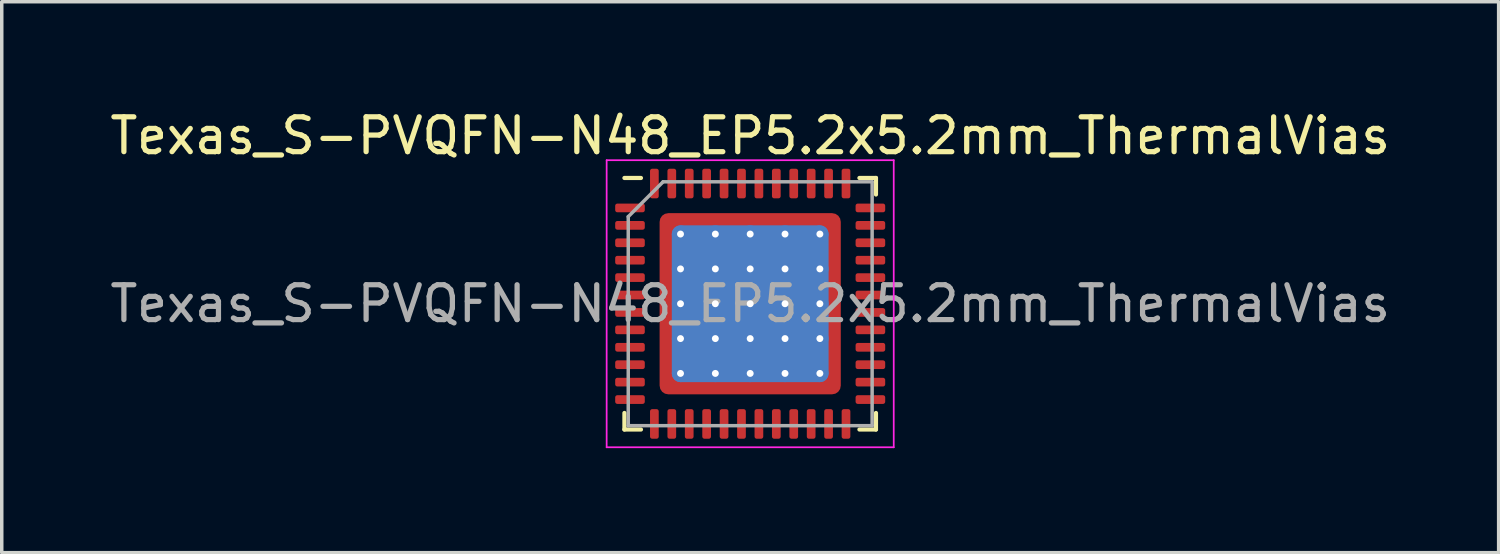
<source format=kicad_pcb>
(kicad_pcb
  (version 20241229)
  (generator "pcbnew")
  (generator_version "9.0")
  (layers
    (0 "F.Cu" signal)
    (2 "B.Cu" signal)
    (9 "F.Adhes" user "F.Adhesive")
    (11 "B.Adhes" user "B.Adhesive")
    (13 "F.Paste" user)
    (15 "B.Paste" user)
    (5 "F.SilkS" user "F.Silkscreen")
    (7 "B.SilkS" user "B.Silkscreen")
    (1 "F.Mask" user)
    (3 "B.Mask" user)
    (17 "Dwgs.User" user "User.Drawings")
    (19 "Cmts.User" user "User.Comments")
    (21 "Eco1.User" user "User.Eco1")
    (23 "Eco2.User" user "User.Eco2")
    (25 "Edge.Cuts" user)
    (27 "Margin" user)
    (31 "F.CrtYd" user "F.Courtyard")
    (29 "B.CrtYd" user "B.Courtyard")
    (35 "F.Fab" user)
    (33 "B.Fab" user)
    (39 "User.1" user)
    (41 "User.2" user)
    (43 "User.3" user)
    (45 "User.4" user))
  (footprint "Texas_S-PVQFN-N48_EP5.2x5.2mm_ThermalVias"
    (layer "F.Cu")
    (at 18.482 5.668)
    (property "Reference" "Texas_S-PVQFN-N48_EP5.2x5.2mm_ThermalVias" (at 0 -4.82 0) (layer "F.SilkS") (effects (font (size 1 1) (thickness 0.15))))
    (attr smd)
    (fp_line (start -3.61 3.61) (end -3.61 3.135) (stroke (width 0.12) (type solid)) (layer "F.SilkS"))
    (fp_line (start -3.135 -3.61) (end -3.61 -3.61) (stroke (width 0.12) (type solid)) (layer "F.SilkS"))
    (fp_line (start -3.135 3.61) (end -3.61 3.61) (stroke (width 0.12) (type solid)) (layer "F.SilkS"))
    (fp_line (start 3.135 -3.61) (end 3.61 -3.61) (stroke (width 0.12) (type solid)) (layer "F.SilkS"))
    (fp_line (start 3.135 3.61) (end 3.61 3.61) (stroke (width 0.12) (type solid)) (layer "F.SilkS"))
    (fp_line (start 3.61 -3.61) (end 3.61 -3.135) (stroke (width 0.12) (type solid)) (layer "F.SilkS"))
    (fp_line (start 3.61 3.61) (end 3.61 3.135) (stroke (width 0.12) (type solid)) (layer "F.SilkS"))
    (fp_line (start -4.12 -4.12) (end -4.12 4.12) (stroke (width 0.05) (type solid)) (layer "F.CrtYd"))
    (fp_line (start -4.12 4.12) (end 4.12 4.12) (stroke (width 0.05) (type solid)) (layer "F.CrtYd"))
    (fp_line (start 4.12 -4.12) (end -4.12 -4.12) (stroke (width 0.05) (type solid)) (layer "F.CrtYd"))
    (fp_line (start 4.12 4.12) (end 4.12 -4.12) (stroke (width 0.05) (type solid)) (layer "F.CrtYd"))
    (fp_line (start -3.5 -2.5) (end -2.5 -3.5) (stroke (width 0.1) (type solid)) (layer "F.Fab"))
    (fp_line (start -3.5 3.5) (end -3.5 -2.5) (stroke (width 0.1) (type solid)) (layer "F.Fab"))
    (fp_line (start -2.5 -3.5) (end 3.5 -3.5) (stroke (width 0.1) (type solid)) (layer "F.Fab"))
    (fp_line (start 3.5 -3.5) (end 3.5 3.5) (stroke (width 0.1) (type solid)) (layer "F.Fab"))
    (fp_line (start 3.5 3.5) (end -3.5 3.5) (stroke (width 0.1) (type solid)) (layer "F.Fab"))
    (fp_text user "${REFERENCE}" (at 0 0 0) (layer "F.Fab") (effects (font (size 1 1) (thickness 0.15))))
    (pad "" smd custom (at -2.3 -2.3) (size 0.366 0.366) (layers "F.Paste") (options (anchor circle)) (primitives (gr_poly (pts (xy -0.242 -0.242) (xy 0.242 -0.242) (xy 0.242 0.075) (xy 0.075 0.242) (xy -0.242 0.242)) (width 0) (fill yes))))
    (pad "" smd custom (at -2.3 -1.5) (size 0.393 0.393) (layers "F.Paste") (options (anchor circle)) (primitives (gr_poly (pts (xy -0.242 -0.403) (xy 0.114 -0.403) (xy 0.242 -0.275) (xy 0.242 0.275) (xy 0.114 0.403) (xy -0.242 0.403)) (width 0) (fill yes))))
    (pad "" smd custom (at -2.3 -0.5) (size 0.393 0.393) (layers "F.Paste") (options (anchor circle)) (primitives (gr_poly (pts (xy -0.242 -0.403) (xy 0.114 -0.403) (xy 0.242 -0.275) (xy 0.242 0.275) (xy 0.114 0.403) (xy -0.242 0.403)) (width 0) (fill yes))))
    (pad "" smd custom (at -2.3 0.5) (size 0.393 0.393) (layers "F.Paste") (options (anchor circle)) (primitives (gr_poly (pts (xy -0.242 -0.403) (xy 0.114 -0.403) (xy 0.242 -0.275) (xy 0.242 0.275) (xy 0.114 0.403) (xy -0.242 0.403)) (width 0) (fill yes))))
    (pad "" smd custom (at -2.3 1.5) (size 0.393 0.393) (layers "F.Paste") (options (anchor circle)) (primitives (gr_poly (pts (xy -0.242 -0.403) (xy 0.114 -0.403) (xy 0.242 -0.275) (xy 0.242 0.275) (xy 0.114 0.403) (xy -0.242 0.403)) (width 0) (fill yes))))
    (pad "" smd custom (at -2.3 2.3) (size 0.366 0.366) (layers "F.Paste") (options (anchor circle)) (primitives (gr_poly (pts (xy -0.242 -0.242) (xy 0.075 -0.242) (xy 0.242 -0.075) (xy 0.242 0.242) (xy -0.242 0.242)) (width 0) (fill yes))))
    (pad "" smd custom (at -1.5 -2.3) (size 0.393 0.393) (layers "F.Paste") (options (anchor circle)) (primitives (gr_poly (pts (xy -0.403 -0.242) (xy 0.403 -0.242) (xy 0.403 0.114) (xy 0.275 0.242) (xy -0.275 0.242) (xy -0.403 0.114)) (width 0) (fill yes))))
    (pad "" smd custom (at -1.5 -1.5) (size 0.743 0.743) (layers "F.Paste") (options (anchor circle)) (primitives (gr_poly (pts (xy -0.403 -0.314) (xy -0.314 -0.403) (xy 0.314 -0.403) (xy 0.403 -0.314) (xy 0.403 0.314) (xy 0.314 0.403) (xy -0.314 0.403) (xy -0.403 0.314)) (width 0) (fill yes))))
    (pad "" smd custom (at -1.5 -0.5) (size 0.743 0.743) (layers "F.Paste") (options (anchor circle)) (primitives (gr_poly (pts (xy -0.403 -0.314) (xy -0.314 -0.403) (xy 0.314 -0.403) (xy 0.403 -0.314) (xy 0.403 0.314) (xy 0.314 0.403) (xy -0.314 0.403) (xy -0.403 0.314)) (width 0) (fill yes))))
    (pad "" smd custom (at -1.5 0.5) (size 0.743 0.743) (layers "F.Paste") (options (anchor circle)) (primitives (gr_poly (pts (xy -0.403 -0.314) (xy -0.314 -0.403) (xy 0.314 -0.403) (xy 0.403 -0.314) (xy 0.403 0.314) (xy 0.314 0.403) (xy -0.314 0.403) (xy -0.403 0.314)) (width 0) (fill yes))))
    (pad "" smd custom (at -1.5 1.5) (size 0.743 0.743) (layers "F.Paste") (options (anchor circle)) (primitives (gr_poly (pts (xy -0.403 -0.314) (xy -0.314 -0.403) (xy 0.314 -0.403) (xy 0.403 -0.314) (xy 0.403 0.314) (xy 0.314 0.403) (xy -0.314 0.403) (xy -0.403 0.314)) (width 0) (fill yes))))
    (pad "" smd custom (at -1.5 2.3) (size 0.393 0.393) (layers "F.Paste") (options (anchor circle)) (primitives (gr_poly (pts (xy -0.403 -0.114) (xy -0.275 -0.242) (xy 0.275 -0.242) (xy 0.403 -0.114) (xy 0.403 0.242) (xy -0.403 0.242)) (width 0) (fill yes))))
    (pad "" smd custom (at -0.5 -2.3) (size 0.393 0.393) (layers "F.Paste") (options (anchor circle)) (primitives (gr_poly (pts (xy -0.403 -0.242) (xy 0.403 -0.242) (xy 0.403 0.114) (xy 0.275 0.242) (xy -0.275 0.242) (xy -0.403 0.114)) (width 0) (fill yes))))
    (pad "" smd custom (at -0.5 -1.5) (size 0.743 0.743) (layers "F.Paste") (options (anchor circle)) (primitives (gr_poly (pts (xy -0.403 -0.314) (xy -0.314 -0.403) (xy 0.314 -0.403) (xy 0.403 -0.314) (xy 0.403 0.314) (xy 0.314 0.403) (xy -0.314 0.403) (xy -0.403 0.314)) (width 0) (fill yes))))
    (pad "" smd custom (at -0.5 -0.5) (size 0.743 0.743) (layers "F.Paste") (options (anchor circle)) (primitives (gr_poly (pts (xy -0.403 -0.314) (xy -0.314 -0.403) (xy 0.314 -0.403) (xy 0.403 -0.314) (xy 0.403 0.314) (xy 0.314 0.403) (xy -0.314 0.403) (xy -0.403 0.314)) (width 0) (fill yes))))
    (pad "" smd custom (at -0.5 0.5) (size 0.743 0.743) (layers "F.Paste") (options (anchor circle)) (primitives (gr_poly (pts (xy -0.403 -0.314) (xy -0.314 -0.403) (xy 0.314 -0.403) (xy 0.403 -0.314) (xy 0.403 0.314) (xy 0.314 0.403) (xy -0.314 0.403) (xy -0.403 0.314)) (width 0) (fill yes))))
    (pad "" smd custom (at -0.5 1.5) (size 0.743 0.743) (layers "F.Paste") (options (anchor circle)) (primitives (gr_poly (pts (xy -0.403 -0.314) (xy -0.314 -0.403) (xy 0.314 -0.403) (xy 0.403 -0.314) (xy 0.403 0.314) (xy 0.314 0.403) (xy -0.314 0.403) (xy -0.403 0.314)) (width 0) (fill yes))))
    (pad "" smd custom (at -0.5 2.3) (size 0.393 0.393) (layers "F.Paste") (options (anchor circle)) (primitives (gr_poly (pts (xy -0.403 -0.114) (xy -0.275 -0.242) (xy 0.275 -0.242) (xy 0.403 -0.114) (xy 0.403 0.242) (xy -0.403 0.242)) (width 0) (fill yes))))
    (pad "" smd custom (at 0.5 -2.3) (size 0.393 0.393) (layers "F.Paste") (options (anchor circle)) (primitives (gr_poly (pts (xy -0.403 -0.242) (xy 0.403 -0.242) (xy 0.403 0.114) (xy 0.275 0.242) (xy -0.275 0.242) (xy -0.403 0.114)) (width 0) (fill yes))))
    (pad "" smd custom (at 0.5 -1.5) (size 0.743 0.743) (layers "F.Paste") (options (anchor circle)) (primitives (gr_poly (pts (xy -0.403 -0.314) (xy -0.314 -0.403) (xy 0.314 -0.403) (xy 0.403 -0.314) (xy 0.403 0.314) (xy 0.314 0.403) (xy -0.314 0.403) (xy -0.403 0.314)) (width 0) (fill yes))))
    (pad "" smd custom (at 0.5 -0.5) (size 0.743 0.743) (layers "F.Paste") (options (anchor circle)) (primitives (gr_poly (pts (xy -0.403 -0.314) (xy -0.314 -0.403) (xy 0.314 -0.403) (xy 0.403 -0.314) (xy 0.403 0.314) (xy 0.314 0.403) (xy -0.314 0.403) (xy -0.403 0.314)) (width 0) (fill yes))))
    (pad "" smd custom (at 0.5 0.5) (size 0.743 0.743) (layers "F.Paste") (options (anchor circle)) (primitives (gr_poly (pts (xy -0.403 -0.314) (xy -0.314 -0.403) (xy 0.314 -0.403) (xy 0.403 -0.314) (xy 0.403 0.314) (xy 0.314 0.403) (xy -0.314 0.403) (xy -0.403 0.314)) (width 0) (fill yes))))
    (pad "" smd custom (at 0.5 1.5) (size 0.743 0.743) (layers "F.Paste") (options (anchor circle)) (primitives (gr_poly (pts (xy -0.403 -0.314) (xy -0.314 -0.403) (xy 0.314 -0.403) (xy 0.403 -0.314) (xy 0.403 0.314) (xy 0.314 0.403) (xy -0.314 0.403) (xy -0.403 0.314)) (width 0) (fill yes))))
    (pad "" smd custom (at 0.5 2.3) (size 0.393 0.393) (layers "F.Paste") (options (anchor circle)) (primitives (gr_poly (pts (xy -0.403 -0.114) (xy -0.275 -0.242) (xy 0.275 -0.242) (xy 0.403 -0.114) (xy 0.403 0.242) (xy -0.403 0.242)) (width 0) (fill yes))))
    (pad "" smd custom (at 1.5 -2.3) (size 0.393 0.393) (layers "F.Paste") (options (anchor circle)) (primitives (gr_poly (pts (xy -0.403 -0.242) (xy 0.403 -0.242) (xy 0.403 0.114) (xy 0.275 0.242) (xy -0.275 0.242) (xy -0.403 0.114)) (width 0) (fill yes))))
    (pad "" smd custom (at 1.5 -1.5) (size 0.743 0.743) (layers "F.Paste") (options (anchor circle)) (primitives (gr_poly (pts (xy -0.403 -0.314) (xy -0.314 -0.403) (xy 0.314 -0.403) (xy 0.403 -0.314) (xy 0.403 0.314) (xy 0.314 0.403) (xy -0.314 0.403) (xy -0.403 0.314)) (width 0) (fill yes))))
    (pad "" smd custom (at 1.5 -0.5) (size 0.743 0.743) (layers "F.Paste") (options (anchor circle)) (primitives (gr_poly (pts (xy -0.403 -0.314) (xy -0.314 -0.403) (xy 0.314 -0.403) (xy 0.403 -0.314) (xy 0.403 0.314) (xy 0.314 0.403) (xy -0.314 0.403) (xy -0.403 0.314)) (width 0) (fill yes))))
    (pad "" smd custom (at 1.5 0.5) (size 0.743 0.743) (layers "F.Paste") (options (anchor circle)) (primitives (gr_poly (pts (xy -0.403 -0.314) (xy -0.314 -0.403) (xy 0.314 -0.403) (xy 0.403 -0.314) (xy 0.403 0.314) (xy 0.314 0.403) (xy -0.314 0.403) (xy -0.403 0.314)) (width 0) (fill yes))))
    (pad "" smd custom (at 1.5 1.5) (size 0.743 0.743) (layers "F.Paste") (options (anchor circle)) (primitives (gr_poly (pts (xy -0.403 -0.314) (xy -0.314 -0.403) (xy 0.314 -0.403) (xy 0.403 -0.314) (xy 0.403 0.314) (xy 0.314 0.403) (xy -0.314 0.403) (xy -0.403 0.314)) (width 0) (fill yes))))
    (pad "" smd custom (at 1.5 2.3) (size 0.393 0.393) (layers "F.Paste") (options (anchor circle)) (primitives (gr_poly (pts (xy -0.403 -0.114) (xy -0.275 -0.242) (xy 0.275 -0.242) (xy 0.403 -0.114) (xy 0.403 0.242) (xy -0.403 0.242)) (width 0) (fill yes))))
    (pad "" smd custom (at 2.3 -2.3) (size 0.366 0.366) (layers "F.Paste") (options (anchor circle)) (primitives (gr_poly (pts (xy -0.242 -0.242) (xy 0.242 -0.242) (xy 0.242 0.242) (xy -0.075 0.242) (xy -0.242 0.075)) (width 0) (fill yes))))
    (pad "" smd custom (at 2.3 -1.5) (size 0.393 0.393) (layers "F.Paste") (options (anchor circle)) (primitives (gr_poly (pts (xy -0.242 -0.275) (xy -0.114 -0.403) (xy 0.242 -0.403) (xy 0.242 0.403) (xy -0.114 0.403) (xy -0.242 0.275)) (width 0) (fill yes))))
    (pad "" smd custom (at 2.3 -0.5) (size 0.393 0.393) (layers "F.Paste") (options (anchor circle)) (primitives (gr_poly (pts (xy -0.242 -0.275) (xy -0.114 -0.403) (xy 0.242 -0.403) (xy 0.242 0.403) (xy -0.114 0.403) (xy -0.242 0.275)) (width 0) (fill yes))))
    (pad "" smd custom (at 2.3 0.5) (size 0.393 0.393) (layers "F.Paste") (options (anchor circle)) (primitives (gr_poly (pts (xy -0.242 -0.275) (xy -0.114 -0.403) (xy 0.242 -0.403) (xy 0.242 0.403) (xy -0.114 0.403) (xy -0.242 0.275)) (width 0) (fill yes))))
    (pad "" smd custom (at 2.3 1.5) (size 0.393 0.393) (layers "F.Paste") (options (anchor circle)) (primitives (gr_poly (pts (xy -0.242 -0.275) (xy -0.114 -0.403) (xy 0.242 -0.403) (xy 0.242 0.403) (xy -0.114 0.403) (xy -0.242 0.275)) (width 0) (fill yes))))
    (pad "" smd custom (at 2.3 2.3) (size 0.366 0.366) (layers "F.Paste") (options (anchor circle)) (primitives (gr_poly (pts (xy -0.242 -0.075) (xy -0.075 -0.242) (xy 0.242 -0.242) (xy 0.242 0.242) (xy -0.242 0.242)) (width 0) (fill yes))))
    (pad "1" smd roundrect (at -3.45 -2.75) (size 0.85 0.25) (layers "F.Cu" "F.Mask" "F.Paste") (roundrect_rratio 0.25))
    (pad "2" smd roundrect (at -3.45 -2.25) (size 0.85 0.25) (layers "F.Cu" "F.Mask" "F.Paste") (roundrect_rratio 0.25))
    (pad "3" smd roundrect (at -3.45 -1.75) (size 0.85 0.25) (layers "F.Cu" "F.Mask" "F.Paste") (roundrect_rratio 0.25))
    (pad "4" smd roundrect (at -3.45 -1.25) (size 0.85 0.25) (layers "F.Cu" "F.Mask" "F.Paste") (roundrect_rratio 0.25))
    (pad "5" smd roundrect (at -3.45 -0.75) (size 0.85 0.25) (layers "F.Cu" "F.Mask" "F.Paste") (roundrect_rratio 0.25))
    (pad "6" smd roundrect (at -3.45 -0.25) (size 0.85 0.25) (layers "F.Cu" "F.Mask" "F.Paste") (roundrect_rratio 0.25))
    (pad "7" smd roundrect (at -3.45 0.25) (size 0.85 0.25) (layers "F.Cu" "F.Mask" "F.Paste") (roundrect_rratio 0.25))
    (pad "8" smd roundrect (at -3.45 0.75) (size 0.85 0.25) (layers "F.Cu" "F.Mask" "F.Paste") (roundrect_rratio 0.25))
    (pad "9" smd roundrect (at -3.45 1.25) (size 0.85 0.25) (layers "F.Cu" "F.Mask" "F.Paste") (roundrect_rratio 0.25))
    (pad "10" smd roundrect (at -3.45 1.75) (size 0.85 0.25) (layers "F.Cu" "F.Mask" "F.Paste") (roundrect_rratio 0.25))
    (pad "11" smd roundrect (at -3.45 2.25) (size 0.85 0.25) (layers "F.Cu" "F.Mask" "F.Paste") (roundrect_rratio 0.25))
    (pad "12" smd roundrect (at -3.45 2.75) (size 0.85 0.25) (layers "F.Cu" "F.Mask" "F.Paste") (roundrect_rratio 0.25))
    (pad "13" smd roundrect (at -2.75 3.45) (size 0.25 0.85) (layers "F.Cu" "F.Mask" "F.Paste") (roundrect_rratio 0.25))
    (pad "14" smd roundrect (at -2.25 3.45) (size 0.25 0.85) (layers "F.Cu" "F.Mask" "F.Paste") (roundrect_rratio 0.25))
    (pad "15" smd roundrect (at -1.75 3.45) (size 0.25 0.85) (layers "F.Cu" "F.Mask" "F.Paste") (roundrect_rratio 0.25))
    (pad "16" smd roundrect (at -1.25 3.45) (size 0.25 0.85) (layers "F.Cu" "F.Mask" "F.Paste") (roundrect_rratio 0.25))
    (pad "17" smd roundrect (at -0.75 3.45) (size 0.25 0.85) (layers "F.Cu" "F.Mask" "F.Paste") (roundrect_rratio 0.25))
    (pad "18" smd roundrect (at -0.25 3.45) (size 0.25 0.85) (layers "F.Cu" "F.Mask" "F.Paste") (roundrect_rratio 0.25))
    (pad "19" smd roundrect (at 0.25 3.45) (size 0.25 0.85) (layers "F.Cu" "F.Mask" "F.Paste") (roundrect_rratio 0.25))
    (pad "20" smd roundrect (at 0.75 3.45) (size 0.25 0.85) (layers "F.Cu" "F.Mask" "F.Paste") (roundrect_rratio 0.25))
    (pad "21" smd roundrect (at 1.25 3.45) (size 0.25 0.85) (layers "F.Cu" "F.Mask" "F.Paste") (roundrect_rratio 0.25))
    (pad "22" smd roundrect (at 1.75 3.45) (size 0.25 0.85) (layers "F.Cu" "F.Mask" "F.Paste") (roundrect_rratio 0.25))
    (pad "23" smd roundrect (at 2.25 3.45) (size 0.25 0.85) (layers "F.Cu" "F.Mask" "F.Paste") (roundrect_rratio 0.25))
    (pad "24" smd roundrect (at 2.75 3.45) (size 0.25 0.85) (layers "F.Cu" "F.Mask" "F.Paste") (roundrect_rratio 0.25))
    (pad "25" smd roundrect (at 3.45 2.75) (size 0.85 0.25) (layers "F.Cu" "F.Mask" "F.Paste") (roundrect_rratio 0.25))
    (pad "26" smd roundrect (at 3.45 2.25) (size 0.85 0.25) (layers "F.Cu" "F.Mask" "F.Paste") (roundrect_rratio 0.25))
    (pad "27" smd roundrect (at 3.45 1.75) (size 0.85 0.25) (layers "F.Cu" "F.Mask" "F.Paste") (roundrect_rratio 0.25))
    (pad "28" smd roundrect (at 3.45 1.25) (size 0.85 0.25) (layers "F.Cu" "F.Mask" "F.Paste") (roundrect_rratio 0.25))
    (pad "29" smd roundrect (at 3.45 0.75) (size 0.85 0.25) (layers "F.Cu" "F.Mask" "F.Paste") (roundrect_rratio 0.25))
    (pad "30" smd roundrect (at 3.45 0.25) (size 0.85 0.25) (layers "F.Cu" "F.Mask" "F.Paste") (roundrect_rratio 0.25))
    (pad "31" smd roundrect (at 3.45 -0.25) (size 0.85 0.25) (layers "F.Cu" "F.Mask" "F.Paste") (roundrect_rratio 0.25))
    (pad "32" smd roundrect (at 3.45 -0.75) (size 0.85 0.25) (layers "F.Cu" "F.Mask" "F.Paste") (roundrect_rratio 0.25))
    (pad "33" smd roundrect (at 3.45 -1.25) (size 0.85 0.25) (layers "F.Cu" "F.Mask" "F.Paste") (roundrect_rratio 0.25))
    (pad "34" smd roundrect (at 3.45 -1.75) (size 0.85 0.25) (layers "F.Cu" "F.Mask" "F.Paste") (roundrect_rratio 0.25))
    (pad "35" smd roundrect (at 3.45 -2.25) (size 0.85 0.25) (layers "F.Cu" "F.Mask" "F.Paste") (roundrect_rratio 0.25))
    (pad "36" smd roundrect (at 3.45 -2.75) (size 0.85 0.25) (layers "F.Cu" "F.Mask" "F.Paste") (roundrect_rratio 0.25))
    (pad "37" smd roundrect (at 2.75 -3.45) (size 0.25 0.85) (layers "F.Cu" "F.Mask" "F.Paste") (roundrect_rratio 0.25))
    (pad "38" smd roundrect (at 2.25 -3.45) (size 0.25 0.85) (layers "F.Cu" "F.Mask" "F.Paste") (roundrect_rratio 0.25))
    (pad "39" smd roundrect (at 1.75 -3.45) (size 0.25 0.85) (layers "F.Cu" "F.Mask" "F.Paste") (roundrect_rratio 0.25))
    (pad "40" smd roundrect (at 1.25 -3.45) (size 0.25 0.85) (layers "F.Cu" "F.Mask" "F.Paste") (roundrect_rratio 0.25))
    (pad "41" smd roundrect (at 0.75 -3.45) (size 0.25 0.85) (layers "F.Cu" "F.Mask" "F.Paste") (roundrect_rratio 0.25))
    (pad "42" smd roundrect (at 0.25 -3.45) (size 0.25 0.85) (layers "F.Cu" "F.Mask" "F.Paste") (roundrect_rratio 0.25))
    (pad "43" smd roundrect (at -0.25 -3.45) (size 0.25 0.85) (layers "F.Cu" "F.Mask" "F.Paste") (roundrect_rratio 0.25))
    (pad "44" smd roundrect (at -0.75 -3.45) (size 0.25 0.85) (layers "F.Cu" "F.Mask" "F.Paste") (roundrect_rratio 0.25))
    (pad "45" smd roundrect (at -1.25 -3.45) (size 0.25 0.85) (layers "F.Cu" "F.Mask" "F.Paste") (roundrect_rratio 0.25))
    (pad "46" smd roundrect (at -1.75 -3.45) (size 0.25 0.85) (layers "F.Cu" "F.Mask" "F.Paste") (roundrect_rratio 0.25))
    (pad "47" smd roundrect (at -2.25 -3.45) (size 0.25 0.85) (layers "F.Cu" "F.Mask" "F.Paste") (roundrect_rratio 0.25))
    (pad "48" smd roundrect (at -2.75 -3.45) (size 0.25 0.85) (layers "F.Cu" "F.Mask" "F.Paste") (roundrect_rratio 0.25))
    (pad "49" thru_hole circle (at -2 -2) (size 0.5 0.5) (drill 0.2) (layers "*.Cu"))
    (pad "49" thru_hole circle (at -2 -1) (size 0.5 0.5) (drill 0.2) (layers "*.Cu"))
    (pad "49" thru_hole circle (at -2 0) (size 0.5 0.5) (drill 0.2) (layers "*.Cu"))
    (pad "49" thru_hole circle (at -2 1) (size 0.5 0.5) (drill 0.2) (layers "*.Cu"))
    (pad "49" thru_hole circle (at -2 2) (size 0.5 0.5) (drill 0.2) (layers "*.Cu"))
    (pad "49" thru_hole circle (at -1 -2) (size 0.5 0.5) (drill 0.2) (layers "*.Cu"))
    (pad "49" thru_hole circle (at -1 -1) (size 0.5 0.5) (drill 0.2) (layers "*.Cu"))
    (pad "49" thru_hole circle (at -1 0) (size 0.5 0.5) (drill 0.2) (layers "*.Cu"))
    (pad "49" thru_hole circle (at -1 1) (size 0.5 0.5) (drill 0.2) (layers "*.Cu"))
    (pad "49" thru_hole circle (at -1 2) (size 0.5 0.5) (drill 0.2) (layers "*.Cu"))
    (pad "49" thru_hole circle (at 0 -2) (size 0.5 0.5) (drill 0.2) (layers "*.Cu"))
    (pad "49" thru_hole circle (at 0 -1) (size 0.5 0.5) (drill 0.2) (layers "*.Cu"))
    (pad "49" thru_hole circle (at 0 0) (size 0.5 0.5) (drill 0.2) (layers "*.Cu"))
    (pad "49" smd roundrect (at 0 0) (size 4.5 4.5) (layers "B.Cu") (roundrect_rratio 0.056))
    (pad "49" smd roundrect (at 0 0) (size 5.2 5.2) (layers "F.Cu" "F.Mask") (roundrect_rratio 0.048))
    (pad "49" thru_hole circle (at 0 1) (size 0.5 0.5) (drill 0.2) (layers "*.Cu"))
    (pad "49" thru_hole circle (at 0 2) (size 0.5 0.5) (drill 0.2) (layers "*.Cu"))
    (pad "49" thru_hole circle (at 1 -2) (size 0.5 0.5) (drill 0.2) (layers "*.Cu"))
    (pad "49" thru_hole circle (at 1 -1) (size 0.5 0.5) (drill 0.2) (layers "*.Cu"))
    (pad "49" thru_hole circle (at 1 0) (size 0.5 0.5) (drill 0.2) (layers "*.Cu"))
    (pad "49" thru_hole circle (at 1 1) (size 0.5 0.5) (drill 0.2) (layers "*.Cu"))
    (pad "49" thru_hole circle (at 1 2) (size 0.5 0.5) (drill 0.2) (layers "*.Cu"))
    (pad "49" thru_hole circle (at 2 -2) (size 0.5 0.5) (drill 0.2) (layers "*.Cu"))
    (pad "49" thru_hole circle (at 2 -1) (size 0.5 0.5) (drill 0.2) (layers "*.Cu"))
    (pad "49" thru_hole circle (at 2 0) (size 0.5 0.5) (drill 0.2) (layers "*.Cu"))
    (pad "49" thru_hole circle (at 2 1) (size 0.5 0.5) (drill 0.2) (layers "*.Cu"))
    (pad "49" thru_hole circle (at 2 2) (size 0.5 0.5) (drill 0.2) (layers "*.Cu")))
  (gr_rect
    (start -3 -3)
    (end 39.964 12.813)
    (stroke (width 0.1) (type default))
    (fill no)
    (layer "Edge.Cuts")))
</source>
